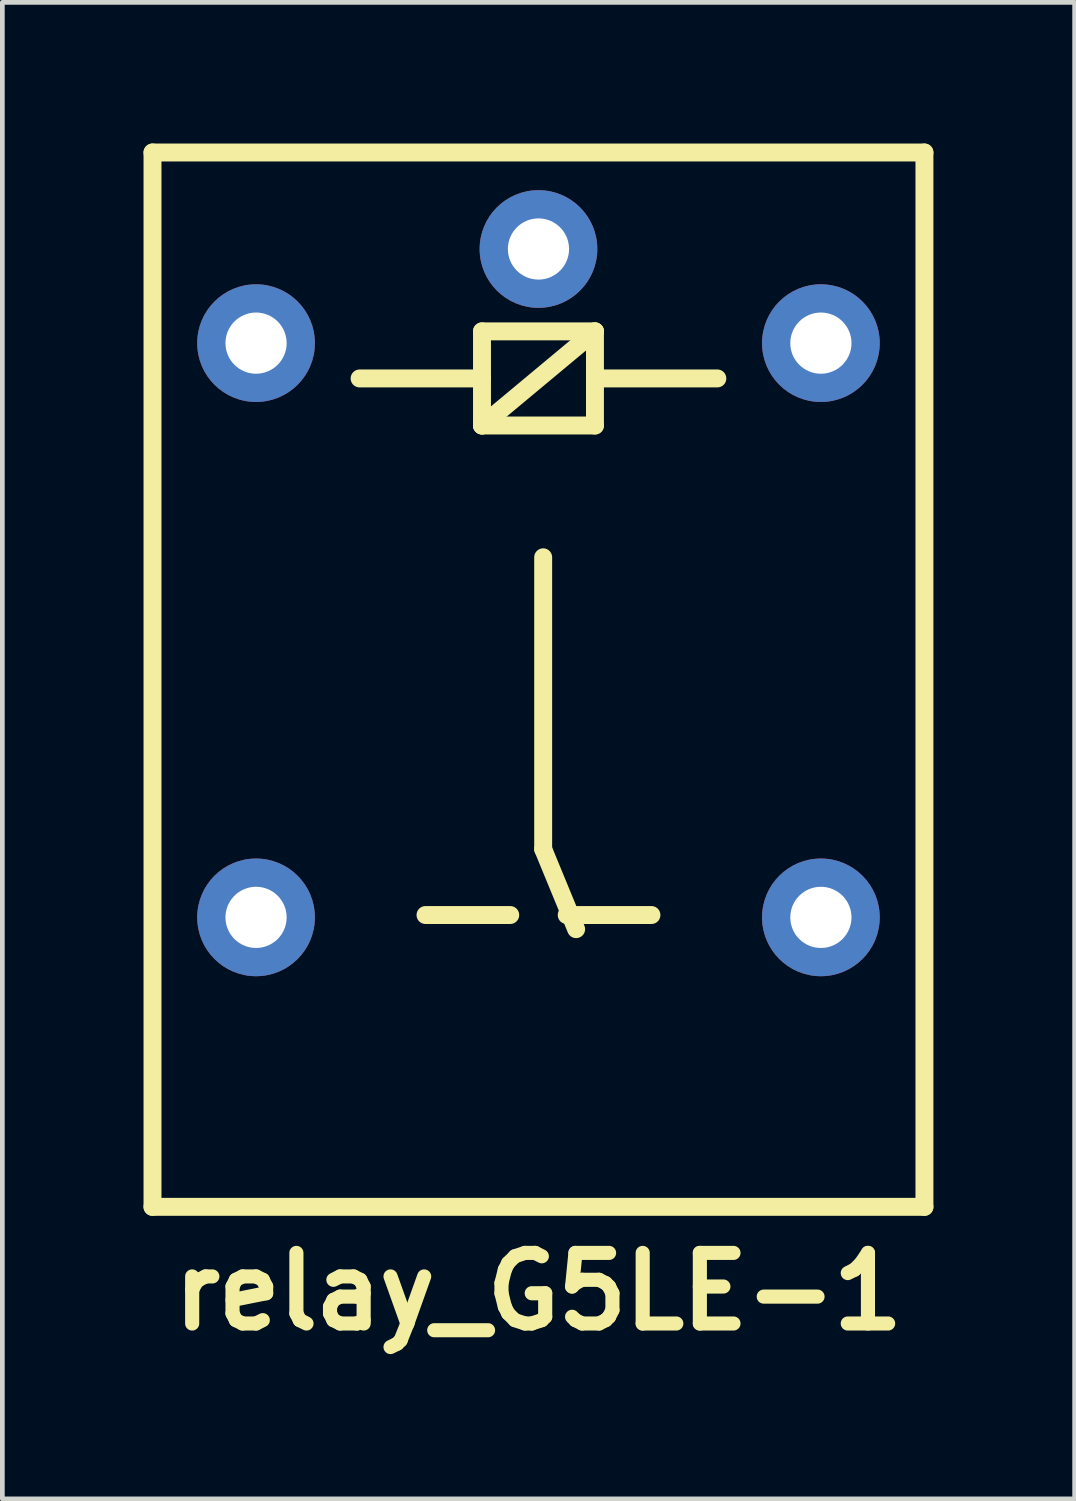
<source format=kicad_pcb>
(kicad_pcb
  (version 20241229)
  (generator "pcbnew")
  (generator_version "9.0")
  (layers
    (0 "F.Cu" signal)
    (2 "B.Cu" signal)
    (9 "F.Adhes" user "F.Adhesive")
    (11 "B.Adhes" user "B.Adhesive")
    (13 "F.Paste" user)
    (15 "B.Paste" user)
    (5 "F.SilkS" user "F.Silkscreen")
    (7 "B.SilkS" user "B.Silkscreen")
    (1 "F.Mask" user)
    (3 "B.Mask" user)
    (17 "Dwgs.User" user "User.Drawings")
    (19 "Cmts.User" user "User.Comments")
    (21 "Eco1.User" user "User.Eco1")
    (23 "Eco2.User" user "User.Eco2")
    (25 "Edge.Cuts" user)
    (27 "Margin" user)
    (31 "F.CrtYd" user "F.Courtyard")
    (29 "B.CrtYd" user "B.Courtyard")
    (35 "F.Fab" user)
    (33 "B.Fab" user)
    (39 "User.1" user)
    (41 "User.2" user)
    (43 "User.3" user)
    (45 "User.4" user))
  (footprint "relay_G5LE-1"
    (layer "F.Cu")
    (at 8.39 11.39)
    (property "Reference" "relay_G5LE-1" (at 0 13 0) (layer "F.SilkS") (effects (font (size 1.5 1.5) (thickness 0.3))))
    (attr through_hole)
    (fp_line (start -8.2 -11.2) (end -8.2 11.2) (stroke (width 0.381) (type solid)) (layer "F.SilkS"))
    (fp_line (start -8.2 -11.2) (end 8.2 -11.2) (stroke (width 0.381) (type solid)) (layer "F.SilkS"))
    (fp_line (start -8.2 11.2) (end 8.2 11.2) (stroke (width 0.381) (type solid)) (layer "F.SilkS"))
    (fp_line (start -3.8 -6.4) (end -1.2 -6.4) (stroke (width 0.381) (type solid)) (layer "F.SilkS"))
    (fp_line (start -2.4 5) (end -0.6 5) (stroke (width 0.381) (type solid)) (layer "F.SilkS"))
    (fp_line (start -1.2 -7.4) (end -1.2 -5.4) (stroke (width 0.381) (type solid)) (layer "F.SilkS"))
    (fp_line (start -1.2 -5.4) (end 1.2 -7.4) (stroke (width 0.381) (type solid)) (layer "F.SilkS"))
    (fp_line (start -1.2 -5.4) (end 1.2 -5.4) (stroke (width 0.381) (type solid)) (layer "F.SilkS"))
    (fp_line (start 0.1 -2.6) (end 0.1 3.6) (stroke (width 0.381) (type solid)) (layer "F.SilkS"))
    (fp_line (start 0.1 3.6) (end 0.8 5.3) (stroke (width 0.381) (type solid)) (layer "F.SilkS"))
    (fp_line (start 0.6 5) (end 2.4 5) (stroke (width 0.381) (type solid)) (layer "F.SilkS"))
    (fp_line (start 1.2 -7.4) (end -1.2 -7.4) (stroke (width 0.381) (type solid)) (layer "F.SilkS"))
    (fp_line (start 1.2 -5.4) (end 1.2 -7.4) (stroke (width 0.381) (type solid)) (layer "F.SilkS"))
    (fp_line (start 3.8 -6.4) (end 1.2 -6.4) (stroke (width 0.381) (type solid)) (layer "F.SilkS"))
    (fp_line (start 8.2 -11.2) (end 8.2 11.2) (stroke (width 0.381) (type solid)) (layer "F.SilkS"))
    (pad "1" thru_hole circle (at -6 -7.15) (size 2.5 2.5) (drill 1.3) (layers "*.Cu" "*.Mask"))
    (pad "2" thru_hole circle (at 6 -7.15) (size 2.5 2.5) (drill 1.3) (layers "*.Cu" "*.Mask"))
    (pad "3" thru_hole circle (at 0 -9.15) (size 2.5 2.5) (drill 1.3) (layers "*.Cu" "*.Mask"))
    (pad "4" thru_hole circle (at 6 5.05) (size 2.5 2.5) (drill 1.3) (layers "*.Cu" "*.Mask"))
    (pad "5" thru_hole circle (at -6 5.05) (size 2.5 2.5) (drill 1.3) (layers "*.Cu" "*.Mask")))
  (gr_rect
    (start -3 -3)
    (end 19.781 28.794)
    (stroke (width 0.1) (type default))
    (fill no)
    (layer "Edge.Cuts")))
</source>
